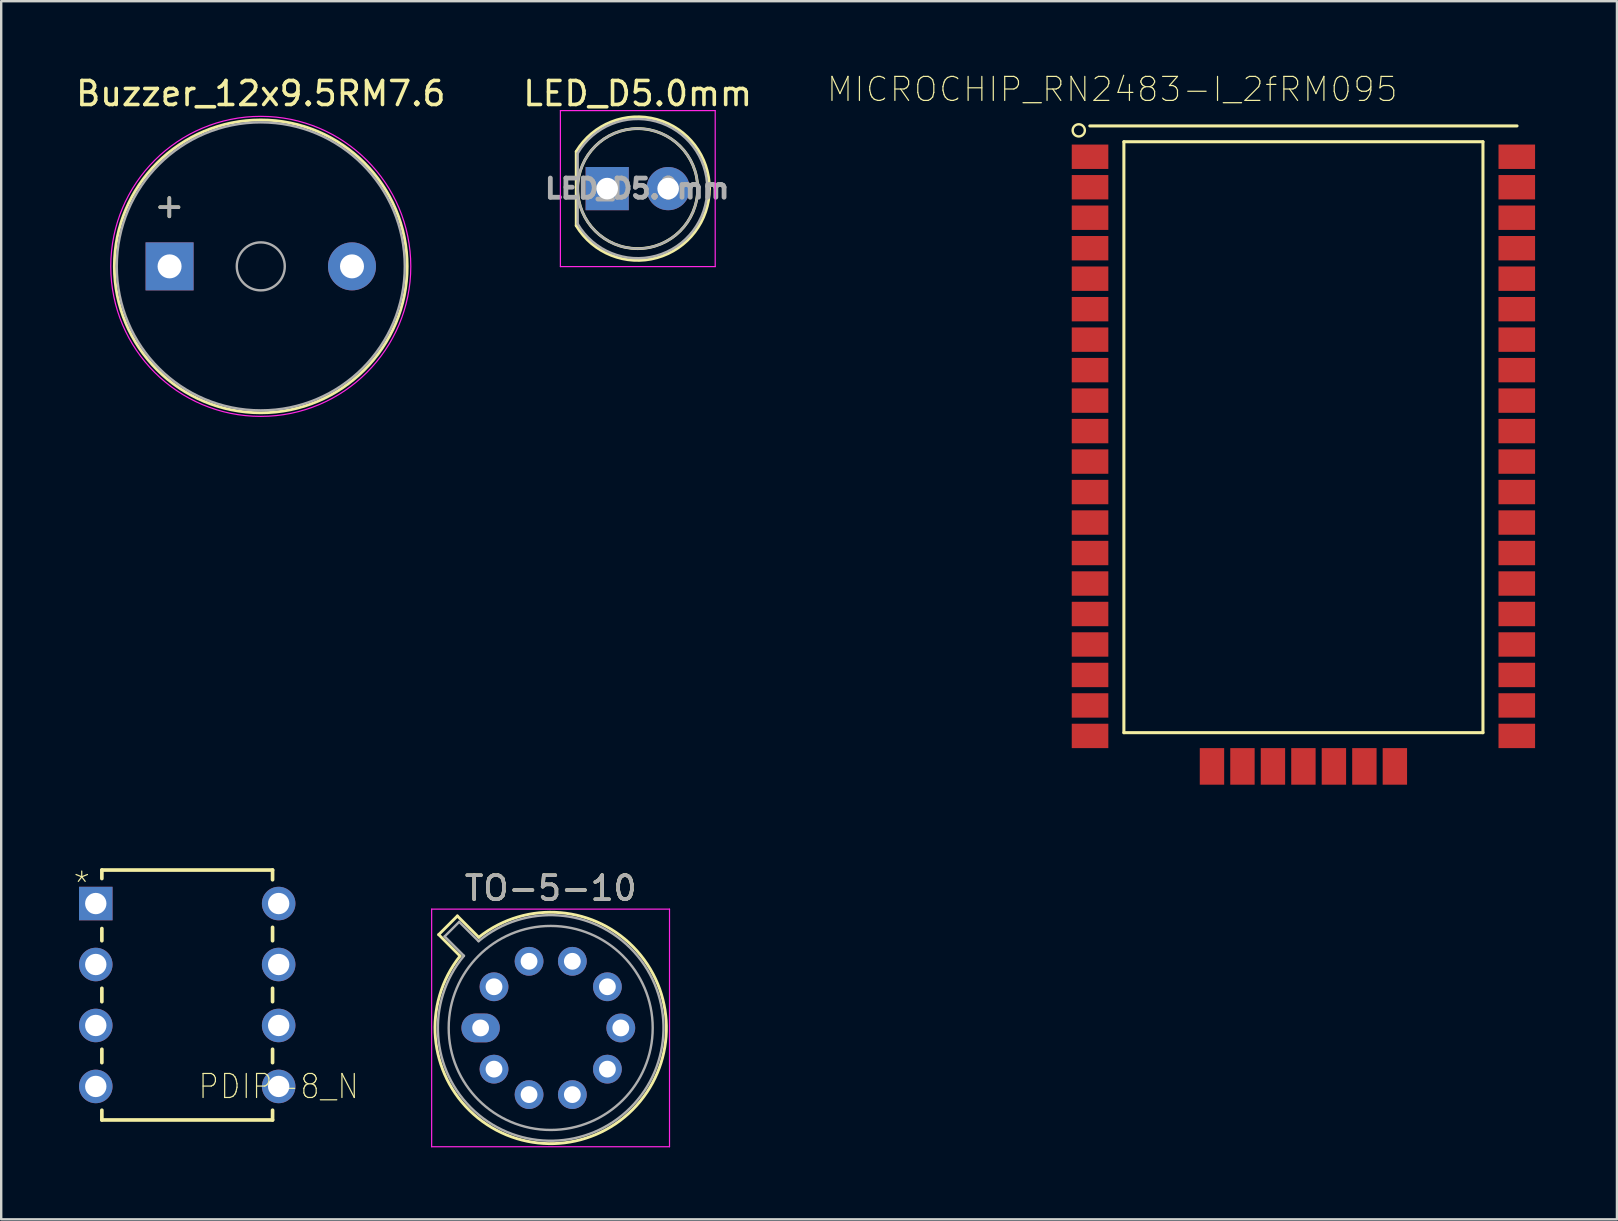
<source format=kicad_pcb>
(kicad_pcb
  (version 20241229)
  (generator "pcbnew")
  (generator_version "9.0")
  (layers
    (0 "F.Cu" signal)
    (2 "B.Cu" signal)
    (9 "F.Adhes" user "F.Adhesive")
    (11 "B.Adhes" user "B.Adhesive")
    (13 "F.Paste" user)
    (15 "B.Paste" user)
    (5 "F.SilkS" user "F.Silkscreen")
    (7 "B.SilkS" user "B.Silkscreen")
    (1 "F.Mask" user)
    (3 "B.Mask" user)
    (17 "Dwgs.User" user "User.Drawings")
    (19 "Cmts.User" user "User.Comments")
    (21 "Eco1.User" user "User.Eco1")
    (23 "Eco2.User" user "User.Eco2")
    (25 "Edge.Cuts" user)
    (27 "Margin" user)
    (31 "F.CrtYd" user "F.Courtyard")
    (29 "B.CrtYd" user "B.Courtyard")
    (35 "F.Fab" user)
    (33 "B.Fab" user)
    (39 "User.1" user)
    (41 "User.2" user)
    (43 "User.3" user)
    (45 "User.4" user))
  (footprint "MICROCHIP_RN2483-I_2fRM095"
    (layer "F.Cu")
    (at 51.255 15.546)
    (property "Reference" "MICROCHIP_RN2483-I_2fRM095" (at -7.964 -14.873 180) (layer "F.SilkS") (effects (font (size 1.001 1.001) (thickness 0.05))))
    (attr smd)
    (fp_line (start -7.48 -12.69) (end -7.48 11.93) (stroke (width 0.127) (type solid)) (layer "F.SilkS"))
    (fp_line (start -7.48 11.93) (end 7.48 11.93) (stroke (width 0.127) (type solid)) (layer "F.SilkS"))
    (fp_line (start 7.48 -12.69) (end -7.48 -12.69) (stroke (width 0.127) (type solid)) (layer "F.SilkS"))
    (fp_line (start 7.48 11.93) (end 7.48 -12.69) (stroke (width 0.127) (type solid)) (layer "F.SilkS"))
    (fp_line (start 8.9 -13.35) (end -8.9 -13.35) (stroke (width 0.127) (type solid)) (layer "F.SilkS"))
    (fp_circle (center -9.36 -13.165) (end -9.106 -13.165) (stroke (width 0.1) (type solid)) (fill no) (layer "F.SilkS"))
    (fp_line (start -10 -13.75) (end 10 -13.75) (stroke (width 0.127) (type solid)) (layer "Eco1.User"))
    (fp_line (start -10 14.5) (end -10 -13.75) (stroke (width 0.127) (type solid)) (layer "Eco1.User"))
    (fp_line (start 10 -13.75) (end 10 14.5) (stroke (width 0.127) (type solid)) (layer "Eco1.User"))
    (fp_line (start 10 14.5) (end -10 14.5) (stroke (width 0.127) (type solid)) (layer "Eco1.User"))
    (fp_line (start -8.9 -13.35) (end -8.9 13.35) (stroke (width 0.127) (type solid)) (layer "Eco2.User"))
    (fp_line (start -8.9 13.35) (end 8.9 13.35) (stroke (width 0.127) (type solid)) (layer "Eco2.User"))
    (fp_line (start 8.9 13.35) (end 8.9 -13.35) (stroke (width 0.127) (type solid)) (layer "Eco2.User"))
    (pad "1" smd rect (at -8.89 -12.065 180) (size 1.524 1.016) (layers "F.Cu" "F.Mask" "F.Paste"))
    (pad "2" smd rect (at -8.89 -10.795 180) (size 1.524 1.016) (layers "F.Cu" "F.Mask" "F.Paste"))
    (pad "3" smd rect (at -8.89 -9.525 180) (size 1.524 1.016) (layers "F.Cu" "F.Mask" "F.Paste"))
    (pad "4" smd rect (at -8.89 -8.255 180) (size 1.524 1.016) (layers "F.Cu" "F.Mask" "F.Paste"))
    (pad "5" smd rect (at -8.89 -6.985 180) (size 1.524 1.016) (layers "F.Cu" "F.Mask" "F.Paste"))
    (pad "6" smd rect (at -8.89 -5.715 180) (size 1.524 1.016) (layers "F.Cu" "F.Mask" "F.Paste"))
    (pad "7" smd rect (at -8.89 -4.445 180) (size 1.524 1.016) (layers "F.Cu" "F.Mask" "F.Paste"))
    (pad "8" smd rect (at -8.89 -3.175 180) (size 1.524 1.016) (layers "F.Cu" "F.Mask" "F.Paste"))
    (pad "9" smd rect (at -8.89 -1.905 180) (size 1.524 1.016) (layers "F.Cu" "F.Mask" "F.Paste"))
    (pad "10" smd rect (at -8.89 -0.635 180) (size 1.524 1.016) (layers "F.Cu" "F.Mask" "F.Paste"))
    (pad "11" smd rect (at -8.89 0.635 180) (size 1.524 1.016) (layers "F.Cu" "F.Mask" "F.Paste"))
    (pad "12" smd rect (at -8.89 1.905 180) (size 1.524 1.016) (layers "F.Cu" "F.Mask" "F.Paste"))
    (pad "13" smd rect (at -8.89 3.175 180) (size 1.524 1.016) (layers "F.Cu" "F.Mask" "F.Paste"))
    (pad "14" smd rect (at -8.89 4.445 180) (size 1.524 1.016) (layers "F.Cu" "F.Mask" "F.Paste"))
    (pad "15" smd rect (at -8.89 5.715 180) (size 1.524 1.016) (layers "F.Cu" "F.Mask" "F.Paste"))
    (pad "16" smd rect (at -8.89 6.985 180) (size 1.524 1.016) (layers "F.Cu" "F.Mask" "F.Paste"))
    (pad "17" smd rect (at -8.89 8.255 180) (size 1.524 1.016) (layers "F.Cu" "F.Mask" "F.Paste"))
    (pad "18" smd rect (at -8.89 9.525 180) (size 1.524 1.016) (layers "F.Cu" "F.Mask" "F.Paste"))
    (pad "19" smd rect (at -8.89 10.795 180) (size 1.524 1.016) (layers "F.Cu" "F.Mask" "F.Paste"))
    (pad "20" smd rect (at -8.89 12.065 180) (size 1.524 1.016) (layers "F.Cu" "F.Mask" "F.Paste"))
    (pad "21" smd rect (at -3.81 13.335 270) (size 1.524 1.016) (layers "F.Cu" "F.Mask" "F.Paste"))
    (pad "22" smd rect (at -2.54 13.335 270) (size 1.524 1.016) (layers "F.Cu" "F.Mask" "F.Paste"))
    (pad "23" smd rect (at -1.27 13.335 270) (size 1.524 1.016) (layers "F.Cu" "F.Mask" "F.Paste"))
    (pad "24" smd rect (at 0 13.335 270) (size 1.524 1.016) (layers "F.Cu" "F.Mask" "F.Paste"))
    (pad "25" smd rect (at 1.27 13.335 270) (size 1.524 1.016) (layers "F.Cu" "F.Mask" "F.Paste"))
    (pad "26" smd rect (at 2.54 13.335 270) (size 1.524 1.016) (layers "F.Cu" "F.Mask" "F.Paste"))
    (pad "27" smd rect (at 3.81 13.335 270) (size 1.524 1.016) (layers "F.Cu" "F.Mask" "F.Paste"))
    (pad "28" smd rect (at 8.89 12.065) (size 1.524 1.016) (layers "F.Cu" "F.Mask" "F.Paste"))
    (pad "29" smd rect (at 8.89 10.795) (size 1.524 1.016) (layers "F.Cu" "F.Mask" "F.Paste"))
    (pad "30" smd rect (at 8.89 9.525) (size 1.524 1.016) (layers "F.Cu" "F.Mask" "F.Paste"))
    (pad "31" smd rect (at 8.89 8.255) (size 1.524 1.016) (layers "F.Cu" "F.Mask" "F.Paste"))
    (pad "32" smd rect (at 8.89 6.985) (size 1.524 1.016) (layers "F.Cu" "F.Mask" "F.Paste"))
    (pad "33" smd rect (at 8.89 5.715) (size 1.524 1.016) (layers "F.Cu" "F.Mask" "F.Paste"))
    (pad "34" smd rect (at 8.89 4.445) (size 1.524 1.016) (layers "F.Cu" "F.Mask" "F.Paste"))
    (pad "35" smd rect (at 8.89 3.175) (size 1.524 1.016) (layers "F.Cu" "F.Mask" "F.Paste"))
    (pad "36" smd rect (at 8.89 1.905) (size 1.524 1.016) (layers "F.Cu" "F.Mask" "F.Paste"))
    (pad "37" smd rect (at 8.89 0.635) (size 1.524 1.016) (layers "F.Cu" "F.Mask" "F.Paste"))
    (pad "38" smd rect (at 8.89 -0.635) (size 1.524 1.016) (layers "F.Cu" "F.Mask" "F.Paste"))
    (pad "39" smd rect (at 8.89 -1.905) (size 1.524 1.016) (layers "F.Cu" "F.Mask" "F.Paste"))
    (pad "40" smd rect (at 8.89 -3.175) (size 1.524 1.016) (layers "F.Cu" "F.Mask" "F.Paste"))
    (pad "41" smd rect (at 8.89 -4.445) (size 1.524 1.016) (layers "F.Cu" "F.Mask" "F.Paste"))
    (pad "42" smd rect (at 8.89 -5.715) (size 1.524 1.016) (layers "F.Cu" "F.Mask" "F.Paste"))
    (pad "43" smd rect (at 8.89 -6.985) (size 1.524 1.016) (layers "F.Cu" "F.Mask" "F.Paste"))
    (pad "44" smd rect (at 8.89 -8.255) (size 1.524 1.016) (layers "F.Cu" "F.Mask" "F.Paste"))
    (pad "45" smd rect (at 8.89 -9.525) (size 1.524 1.016) (layers "F.Cu" "F.Mask" "F.Paste"))
    (pad "46" smd rect (at 8.89 -10.795) (size 1.524 1.016) (layers "F.Cu" "F.Mask" "F.Paste"))
    (pad "47" smd rect (at 8.89 -12.065) (size 1.524 1.016) (layers "F.Cu" "F.Mask" "F.Paste")))
  (footprint "Buzzer_12x9.5RM7.6"
    (layer "F.Cu")
    (at 4.015 8.048)
    (property "Reference" "Buzzer_12x9.5RM7.6" (at 3.8 -7.2 180) (layer "F.SilkS") (effects (font (size 1 1) (thickness 0.15))))
    (attr through_hole)
    (fp_circle (center 3.8 0) (end 9.9 0) (stroke (width 0.12) (type solid)) (fill no) (layer "F.SilkS"))
    (fp_circle (center 3.8 0) (end 10.05 0) (stroke (width 0.05) (type solid)) (fill no) (layer "F.CrtYd"))
    (fp_circle (center 3.8 0) (end 4.8 0) (stroke (width 0.1) (type solid)) (fill no) (layer "F.Fab"))
    (fp_circle (center 3.8 0) (end 9.8 0) (stroke (width 0.1) (type solid)) (fill no) (layer "F.Fab"))
    (fp_text user "+" (at -0.01 -2.54 180) (layer "F.SilkS") (effects (font (size 1 1) (thickness 0.15))))
    (fp_text user "+" (at -0.01 -2.54 180) (layer "F.Fab") (effects (font (size 1 1) (thickness 0.15))))
    (pad "1" thru_hole rect (at 0 0) (size 2 2) (drill 1) (layers "*.Cu" "*.Mask"))
    (pad "2" thru_hole circle (at 7.6 0) (size 2 2) (drill 1) (layers "*.Cu" "*.Mask")))
  (footprint "TO-5-10"
    (layer "F.Cu")
    (at 16.974 39.778)
    (property "Reference" "TO-5-10" (at 2.92 -5.82 180) (layer "F.SilkS") (effects (font (size 1 1) (thickness 0.15))))
    (attr through_hole)
    (fp_line (start -1.746 -3.888) (end -0.855 -2.997) (stroke (width 0.12) (type solid)) (layer "F.SilkS"))
    (fp_line (start -0.968 -4.666) (end -1.746 -3.888) (stroke (width 0.12) (type solid)) (layer "F.SilkS"))
    (fp_line (start -0.077 -3.775) (end -0.968 -4.666) (stroke (width 0.12) (type solid)) (layer "F.SilkS"))
    (fp_arc (start -0.077084 -3.774902) (mid 6.328125 3.408384) (end -0.854674 -2.997371) (stroke (width 0.12) (type solid)) (layer "F.SilkS"))
    (fp_line (start -2.04 -4.95) (end -2.04 4.95) (stroke (width 0.05) (type solid)) (layer "F.CrtYd"))
    (fp_line (start -2.04 4.95) (end 7.87 4.95) (stroke (width 0.05) (type solid)) (layer "F.CrtYd"))
    (fp_line (start 7.87 -4.95) (end -2.04 -4.95) (stroke (width 0.05) (type solid)) (layer "F.CrtYd"))
    (fp_line (start 7.87 4.95) (end 7.87 -4.95) (stroke (width 0.05) (type solid)) (layer "F.CrtYd"))
    (fp_line (start -1.5 -3.812) (end -0.694 -3.005) (stroke (width 0.1) (type solid)) (layer "F.Fab"))
    (fp_line (start -0.892 -4.42) (end -1.5 -3.812) (stroke (width 0.1) (type solid)) (layer "F.Fab"))
    (fp_line (start -0.085 -3.614) (end -0.892 -4.42) (stroke (width 0.1) (type solid)) (layer "F.Fab"))
    (fp_arc (start -0.085408 -3.61352) (mid 6.243443 3.323361) (end -0.693594 -3.005319) (stroke (width 0.1) (type solid)) (layer "F.Fab"))
    (fp_circle (center 2.92 0) (end 7.17 0) (stroke (width 0.1) (type solid)) (fill no) (layer "F.Fab"))
    (fp_text user "${REFERENCE}" (at 2.92 -5.82 180) (layer "F.Fab") (effects (font (size 1 1) (thickness 0.15))))
    (pad "1" thru_hole oval (at 0 0) (size 1.6 1.2) (drill 0.7) (layers "*.Cu" "*.Mask"))
    (pad "2" thru_hole oval (at 0.558 1.716) (size 1.2 1.2) (drill 0.7) (layers "*.Cu" "*.Mask"))
    (pad "3" thru_hole oval (at 2.018 2.777) (size 1.2 1.2) (drill 0.7) (layers "*.Cu" "*.Mask"))
    (pad "4" thru_hole oval (at 3.822 2.777) (size 1.2 1.2) (drill 0.7) (layers "*.Cu" "*.Mask"))
    (pad "5" thru_hole oval (at 5.282 1.716) (size 1.2 1.2) (drill 0.7) (layers "*.Cu" "*.Mask"))
    (pad "6" thru_hole oval (at 5.84 0) (size 1.2 1.2) (drill 0.7) (layers "*.Cu" "*.Mask"))
    (pad "7" thru_hole oval (at 5.282 -1.716) (size 1.2 1.2) (drill 0.7) (layers "*.Cu" "*.Mask"))
    (pad "8" thru_hole oval (at 3.822 -2.777) (size 1.2 1.2) (drill 0.7) (layers "*.Cu" "*.Mask"))
    (pad "9" thru_hole oval (at 2.018 -2.777) (size 1.2 1.2) (drill 0.7) (layers "*.Cu" "*.Mask"))
    (pad "10" thru_hole oval (at 0.558 -1.716) (size 1.2 1.2) (drill 0.7) (layers "*.Cu" "*.Mask")))
  (footprint "LED_D5.0mm"
    (layer "F.Cu")
    (at 22.248 4.808)
    (property "Reference" "LED_D5.0mm" (at 1.27 -3.96 0) (layer "F.SilkS") (effects (font (size 1 1) (thickness 0.15))))
    (attr through_hole)
    (fp_line (start -1.29 -1.545) (end -1.29 1.545) (stroke (width 0.12) (type solid)) (layer "F.SilkS"))
    (fp_arc (start -1.29 -1.54483) (mid 2.072002 -2.880433) (end 4.26 0.000462) (stroke (width 0.12) (type solid)) (layer "F.SilkS"))
    (fp_arc (start 4.26 -0.000462) (mid 2.072002 2.880433) (end -1.29 1.54483) (stroke (width 0.12) (type solid)) (layer "F.SilkS"))
    (fp_circle (center 1.27 0) (end 3.77 0) (stroke (width 0.12) (type solid)) (fill no) (layer "F.SilkS"))
    (fp_line (start -1.95 -3.25) (end -1.95 3.25) (stroke (width 0.05) (type solid)) (layer "F.CrtYd"))
    (fp_line (start -1.95 3.25) (end 4.5 3.25) (stroke (width 0.05) (type solid)) (layer "F.CrtYd"))
    (fp_line (start 4.5 -3.25) (end -1.95 -3.25) (stroke (width 0.05) (type solid)) (layer "F.CrtYd"))
    (fp_line (start 4.5 3.25) (end 4.5 -3.25) (stroke (width 0.05) (type solid)) (layer "F.CrtYd"))
    (fp_line (start -1.23 -1.47) (end -1.23 1.47) (stroke (width 0.1) (type solid)) (layer "F.Fab"))
    (fp_arc (start -1.23 -1.469694) (mid 4.17 0.000016) (end -1.230016 1.469666) (stroke (width 0.1) (type solid)) (layer "F.Fab"))
    (fp_circle (center 1.27 0) (end 3.77 0) (stroke (width 0.1) (type solid)) (fill no) (layer "F.Fab"))
    (fp_text user "${REFERENCE}" (at 1.25 0 0) (layer "F.Fab") (effects (font (size 0.8 0.8) (thickness 0.2))))
    (pad "1" thru_hole rect (at 0 0) (size 1.8 1.8) (drill 0.9) (layers "*.Cu" "*.Mask"))
    (pad "2" thru_hole circle (at 2.54 0) (size 1.8 1.8) (drill 0.9) (layers "*.Cu" "*.Mask")))
  (footprint "PDIP-8_N"
    (layer "F.Cu")
    (at 8.56 42.215)
    (property "Reference" "PDIP-8_N" (at 0 0 180) (layer "F.SilkS") (effects (font (size 1 0.9) (thickness 0.05))))
    (attr through_hole)
    (fp_line (start -7.366 -9.017) (end -7.366 -8.661) (stroke (width 0.152) (type solid)) (layer "F.SilkS"))
    (fp_line (start -7.366 -6.579) (end -7.366 -6.071) (stroke (width 0.152) (type solid)) (layer "F.SilkS"))
    (fp_line (start -7.366 -4.089) (end -7.366 -3.531) (stroke (width 0.152) (type solid)) (layer "F.SilkS"))
    (fp_line (start -7.366 -1.549) (end -7.366 -0.991) (stroke (width 0.152) (type solid)) (layer "F.SilkS"))
    (fp_line (start -7.366 0.991) (end -7.366 1.397) (stroke (width 0.152) (type solid)) (layer "F.SilkS"))
    (fp_line (start -7.366 1.397) (end -0.254 1.397) (stroke (width 0.152) (type solid)) (layer "F.SilkS"))
    (fp_line (start -0.254 -9.017) (end -7.366 -9.017) (stroke (width 0.152) (type solid)) (layer "F.SilkS"))
    (fp_line (start -0.254 -8.611) (end -0.254 -9.017) (stroke (width 0.152) (type solid)) (layer "F.SilkS"))
    (fp_line (start -0.254 -6.071) (end -0.254 -6.629) (stroke (width 0.152) (type solid)) (layer "F.SilkS"))
    (fp_line (start -0.254 -3.531) (end -0.254 -4.089) (stroke (width 0.152) (type solid)) (layer "F.SilkS"))
    (fp_line (start -0.254 -0.991) (end -0.254 -1.549) (stroke (width 0.152) (type solid)) (layer "F.SilkS"))
    (fp_line (start -0.254 1.397) (end -0.254 0.991) (stroke (width 0.152) (type solid)) (layer "F.SilkS"))
    (fp_line (start -8.077 -8.077) (end -8.077 -7.163) (stroke (width 0.152) (type solid)) (layer "Eco2.User"))
    (fp_line (start -8.077 -7.163) (end -7.239 -7.163) (stroke (width 0.152) (type solid)) (layer "Eco2.User"))
    (fp_line (start -8.077 -5.537) (end -8.077 -4.623) (stroke (width 0.152) (type solid)) (layer "Eco2.User"))
    (fp_line (start -8.077 -4.623) (end -7.239 -4.623) (stroke (width 0.152) (type solid)) (layer "Eco2.User"))
    (fp_line (start -8.077 -2.997) (end -8.077 -2.083) (stroke (width 0.152) (type solid)) (layer "Eco2.User"))
    (fp_line (start -8.077 -2.083) (end -7.239 -2.083) (stroke (width 0.152) (type solid)) (layer "Eco2.User"))
    (fp_line (start -8.077 -0.432) (end -8.077 0.457) (stroke (width 0.152) (type solid)) (layer "Eco2.User"))
    (fp_line (start -8.077 0.457) (end -7.239 0.457) (stroke (width 0.152) (type solid)) (layer "Eco2.User"))
    (fp_line (start -7.239 -8.89) (end -7.239 1.27) (stroke (width 0.152) (type solid)) (layer "Eco2.User"))
    (fp_line (start -7.239 -8.077) (end -8.077 -8.077) (stroke (width 0.152) (type solid)) (layer "Eco2.User"))
    (fp_line (start -7.239 -7.163) (end -7.239 -8.077) (stroke (width 0.152) (type solid)) (layer "Eco2.User"))
    (fp_line (start -7.239 -5.537) (end -8.077 -5.537) (stroke (width 0.152) (type solid)) (layer "Eco2.User"))
    (fp_line (start -7.239 -4.623) (end -7.239 -5.537) (stroke (width 0.152) (type solid)) (layer "Eco2.User"))
    (fp_line (start -7.239 -2.997) (end -8.077 -2.997) (stroke (width 0.152) (type solid)) (layer "Eco2.User"))
    (fp_line (start -7.239 -2.083) (end -7.239 -2.997) (stroke (width 0.152) (type solid)) (layer "Eco2.User"))
    (fp_line (start -7.239 -0.457) (end -8.077 -0.432) (stroke (width 0.152) (type solid)) (layer "Eco2.User"))
    (fp_line (start -7.239 0.457) (end -7.239 -0.457) (stroke (width 0.152) (type solid)) (layer "Eco2.User"))
    (fp_line (start -7.239 1.27) (end -0.381 1.27) (stroke (width 0.152) (type solid)) (layer "Eco2.User"))
    (fp_line (start -4.115 -8.89) (end -7.239 -8.89) (stroke (width 0.152) (type solid)) (layer "Eco2.User"))
    (fp_line (start -3.505 -8.89) (end -4.115 -8.89) (stroke (width 0.152) (type solid)) (layer "Eco2.User"))
    (fp_line (start -0.381 -8.89) (end -3.505 -8.89) (stroke (width 0.152) (type solid)) (layer "Eco2.User"))
    (fp_line (start -0.381 -8.077) (end -0.381 -7.163) (stroke (width 0.152) (type solid)) (layer "Eco2.User"))
    (fp_line (start -0.381 -7.163) (end 0.432 -7.163) (stroke (width 0.152) (type solid)) (layer "Eco2.User"))
    (fp_line (start -0.381 -5.537) (end -0.381 -4.623) (stroke (width 0.152) (type solid)) (layer "Eco2.User"))
    (fp_line (start -0.381 -4.623) (end 0.432 -4.623) (stroke (width 0.152) (type solid)) (layer "Eco2.User"))
    (fp_line (start -0.381 -2.997) (end -0.381 -2.083) (stroke (width 0.152) (type solid)) (layer "Eco2.User"))
    (fp_line (start -0.381 -2.083) (end 0.457 -2.083) (stroke (width 0.152) (type solid)) (layer "Eco2.User"))
    (fp_line (start -0.381 -0.457) (end -0.381 0.457) (stroke (width 0.152) (type solid)) (layer "Eco2.User"))
    (fp_line (start -0.381 0.457) (end 0.457 0.432) (stroke (width 0.152) (type solid)) (layer "Eco2.User"))
    (fp_line (start -0.381 1.27) (end -0.381 -8.89) (stroke (width 0.152) (type solid)) (layer "Eco2.User"))
    (fp_line (start 0.432 -8.077) (end -0.381 -8.077) (stroke (width 0.152) (type solid)) (layer "Eco2.User"))
    (fp_line (start 0.432 -7.163) (end 0.432 -8.077) (stroke (width 0.152) (type solid)) (layer "Eco2.User"))
    (fp_line (start 0.432 -5.537) (end -0.381 -5.537) (stroke (width 0.152) (type solid)) (layer "Eco2.User"))
    (fp_line (start 0.432 -4.623) (end 0.432 -5.537) (stroke (width 0.152) (type solid)) (layer "Eco2.User"))
    (fp_line (start 0.432 -2.997) (end -0.381 -2.997) (stroke (width 0.152) (type solid)) (layer "Eco2.User"))
    (fp_line (start 0.457 -2.083) (end 0.432 -2.997) (stroke (width 0.152) (type solid)) (layer "Eco2.User"))
    (fp_line (start 0.457 -0.457) (end -0.381 -0.457) (stroke (width 0.152) (type solid)) (layer "Eco2.User"))
    (fp_line (start 0.457 0.432) (end 0.457 -0.457) (stroke (width 0.152) (type solid)) (layer "Eco2.User"))
    (fp_arc (start -3.5052 -8.89) (mid -3.81 -8.5852) (end -4.1148 -8.89) (stroke (width 0.1524) (type solid)) (layer "Eco2.User"))
    (fp_text user "*" (at -8.204 -8.433 180) (layer "F.SilkS") (effects (font (size 1 1) (thickness 0.05))))
    (fp_text user "*" (at -7.569 -6.985 180) (layer "Edge.Cuts") (effects (font (size 1 1) (thickness 0.05))))
    (pad "1" thru_hole rect (at -7.62 -7.62) (size 1.397 1.397) (drill 0.889) (layers "*.Cu" "*.Mask"))
    (pad "2" thru_hole circle (at -7.62 -5.08) (size 1.397 1.397) (drill 0.889) (layers "*.Cu" "*.Mask"))
    (pad "3" thru_hole circle (at -7.62 -2.54) (size 1.397 1.397) (drill 0.889) (layers "*.Cu" "*.Mask"))
    (pad "4" thru_hole circle (at -7.62 0) (size 1.397 1.397) (drill 0.889) (layers "*.Cu" "*.Mask"))
    (pad "5" thru_hole circle (at 0 0) (size 1.397 1.397) (drill 0.889) (layers "*.Cu" "*.Mask"))
    (pad "6" thru_hole circle (at 0 -2.54) (size 1.397 1.397) (drill 0.889) (layers "*.Cu" "*.Mask"))
    (pad "7" thru_hole circle (at 0 -5.08) (size 1.397 1.397) (drill 0.889) (layers "*.Cu" "*.Mask"))
    (pad "8" thru_hole circle (at 0 -7.62) (size 1.397 1.397) (drill 0.889) (layers "*.Cu" "*.Mask")))
  (gr_rect
    (start -3 -3)
    (end 64.318 47.753)
    (stroke (width 0.1) (type default))
    (fill no)
    (layer "Edge.Cuts")))
</source>
